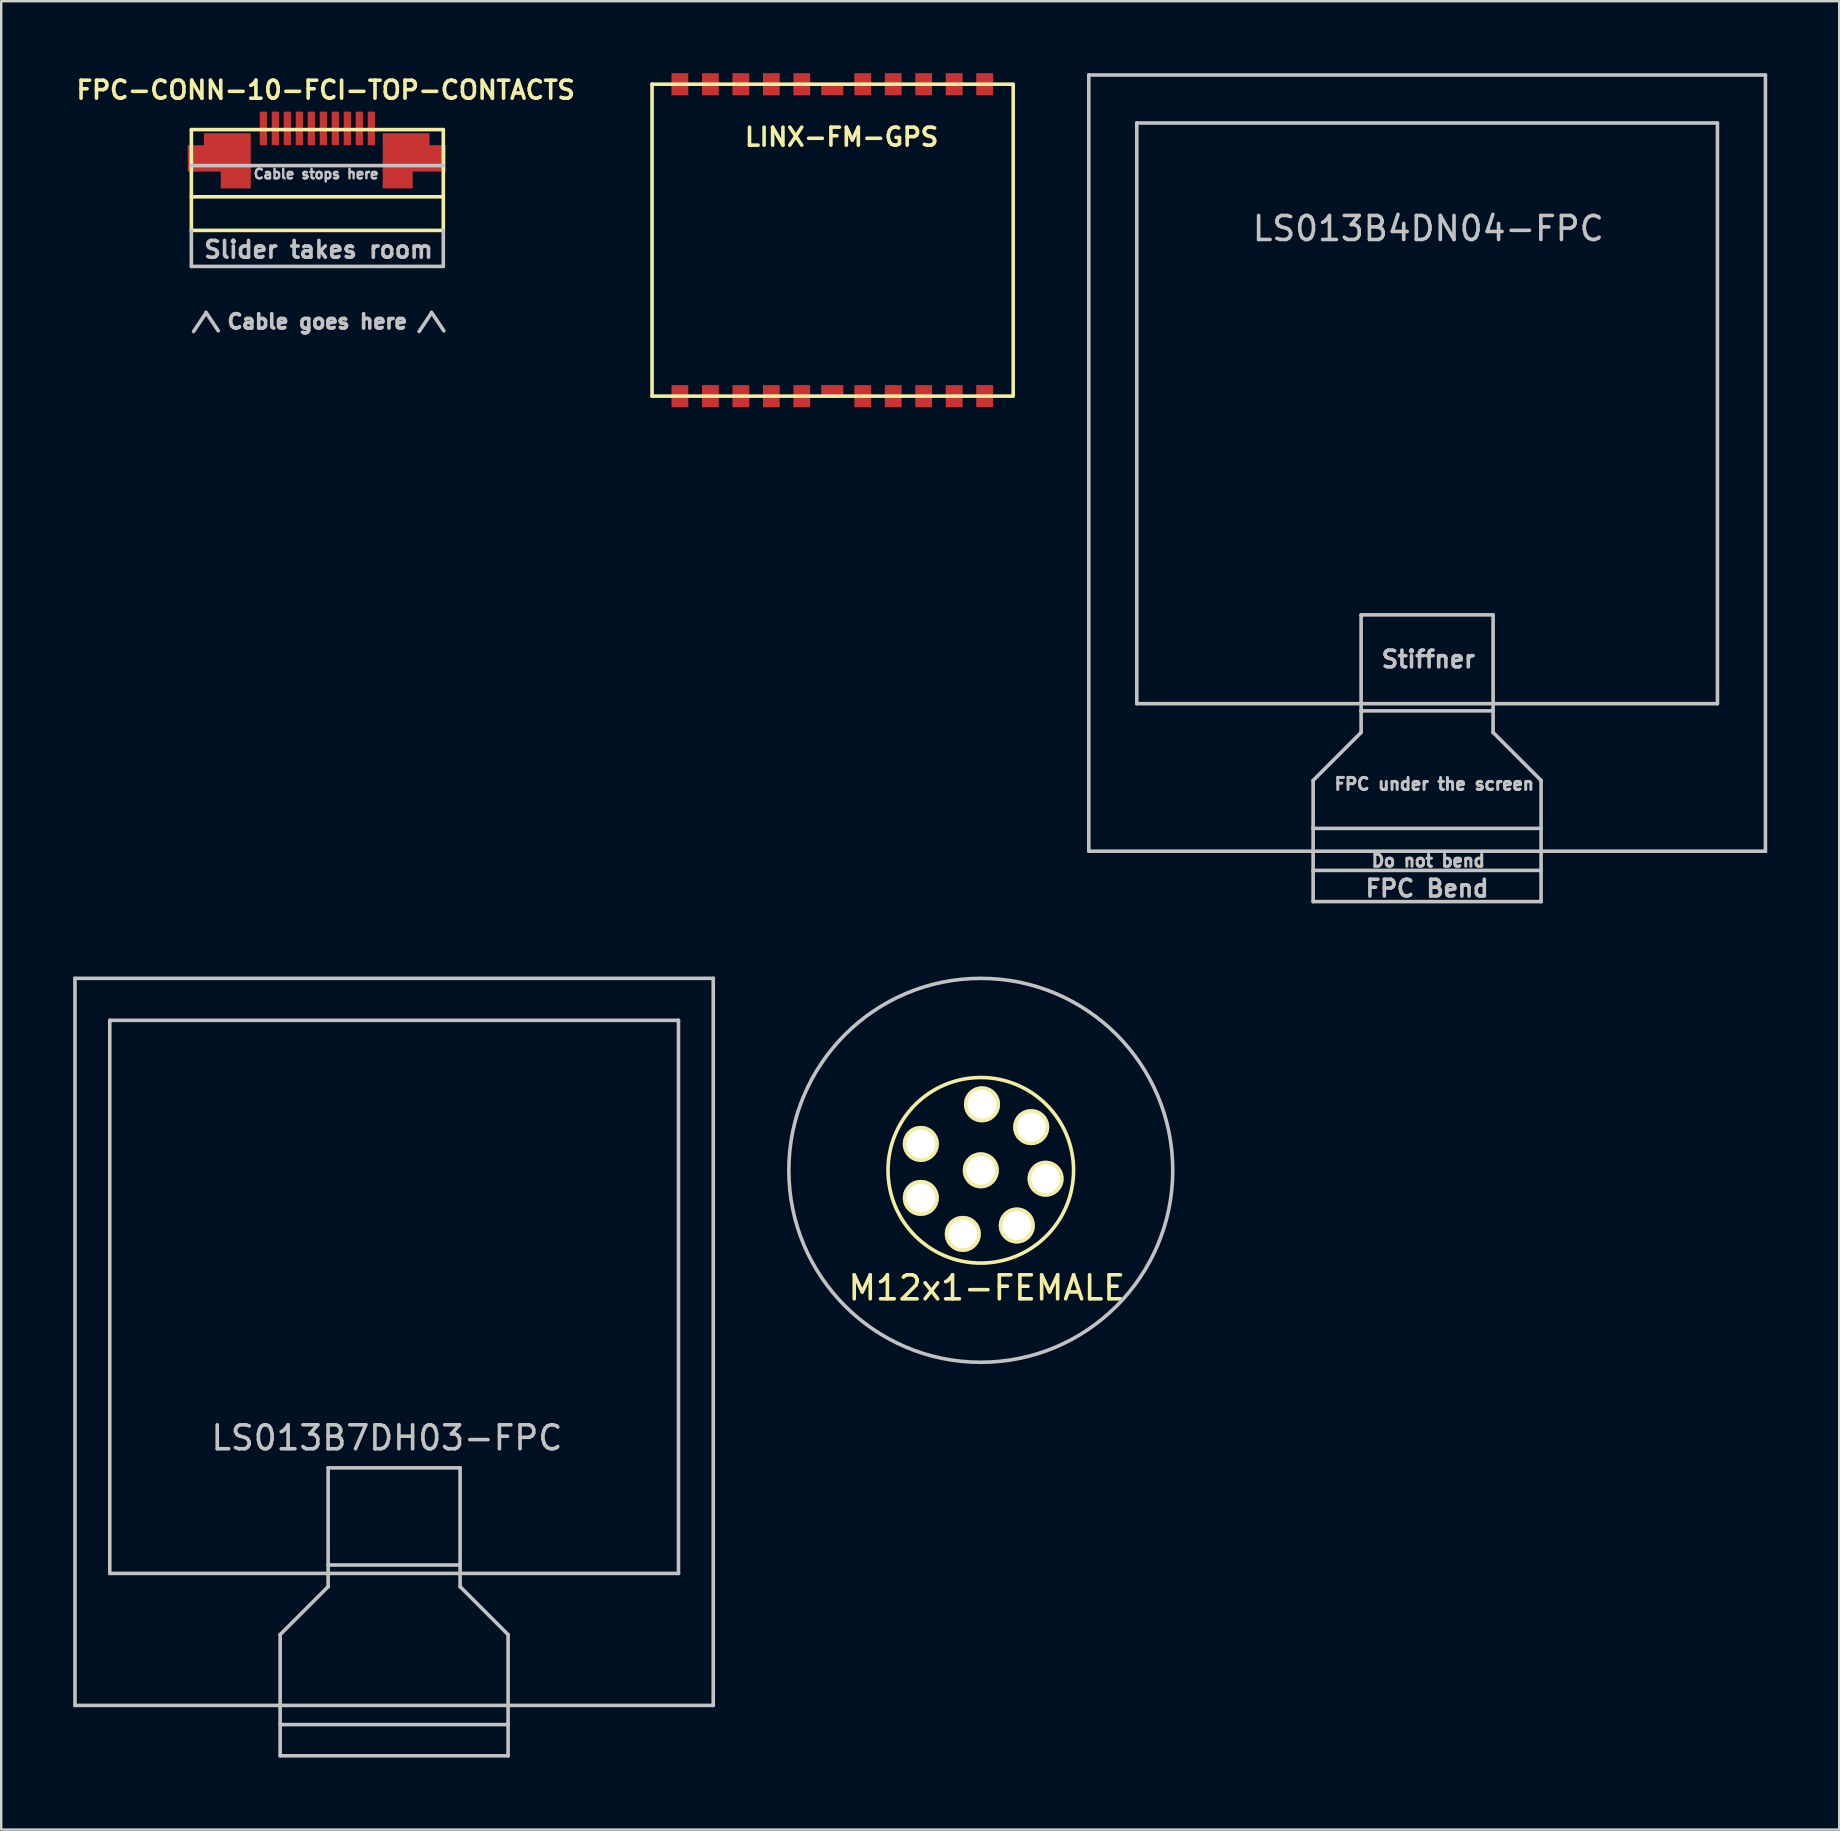
<source format=kicad_pcb>
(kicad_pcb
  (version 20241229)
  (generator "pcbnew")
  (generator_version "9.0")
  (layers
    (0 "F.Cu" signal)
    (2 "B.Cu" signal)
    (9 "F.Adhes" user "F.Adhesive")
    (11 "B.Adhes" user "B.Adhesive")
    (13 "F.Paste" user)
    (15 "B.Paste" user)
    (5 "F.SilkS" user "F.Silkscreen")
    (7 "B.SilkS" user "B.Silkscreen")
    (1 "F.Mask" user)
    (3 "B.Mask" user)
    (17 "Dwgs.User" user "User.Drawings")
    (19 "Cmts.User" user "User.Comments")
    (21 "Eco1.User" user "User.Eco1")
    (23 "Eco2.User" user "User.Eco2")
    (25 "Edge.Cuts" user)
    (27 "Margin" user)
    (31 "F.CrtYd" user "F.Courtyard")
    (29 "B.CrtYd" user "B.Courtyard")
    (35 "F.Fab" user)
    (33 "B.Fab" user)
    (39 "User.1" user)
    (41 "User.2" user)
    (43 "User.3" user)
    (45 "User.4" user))
  (footprint "M12x1-FEMALE"
    (layer "F.Cu")
    (at 37.825 45.723)
    (property "Reference" "M12x1-FEMALE" (at 0.25 4.9 0) (layer "F.SilkS") (effects (font (size 1 1) (thickness 0.15))))
    (attr through_hole)
    (fp_circle (center 0 0) (end 2.95 2.5) (stroke (width 0.15) (type solid)) (fill no) (layer "F.SilkS"))
    (fp_circle (center 0 0) (end 8 0) (stroke (width 0.15) (type solid)) (fill no) (layer "Dwgs.User"))
    (pad "1" thru_hole circle (at 0.05 -2.75) (size 1.5 1.5) (drill 1.2) (layers "*.Cu" "*.Mask" "F.SilkS"))
    (pad "2" thru_hole circle (at -2.5 -1.1) (size 1.5 1.5) (drill 1.2) (layers "*.Cu" "*.Mask" "F.SilkS"))
    (pad "3" thru_hole circle (at -2.5 1.15) (size 1.5 1.5) (drill 1.2) (layers "*.Cu" "*.Mask" "F.SilkS"))
    (pad "4" thru_hole circle (at -0.75 2.65) (size 1.5 1.5) (drill 1.2) (layers "*.Cu" "*.Mask" "F.SilkS"))
    (pad "5" thru_hole circle (at 1.5 2.3) (size 1.5 1.5) (drill 1.2) (layers "*.Cu" "*.Mask" "F.SilkS"))
    (pad "6" thru_hole circle (at 2.7 0.35) (size 1.5 1.5) (drill 1.2) (layers "*.Cu" "*.Mask" "F.SilkS"))
    (pad "7" thru_hole circle (at 2.1 -1.8) (size 1.5 1.5) (drill 1.2) (layers "*.Cu" "*.Mask" "F.SilkS"))
    (pad "8" thru_hole circle (at 0 0) (size 1.5 1.5) (drill 1.2) (layers "*.Cu" "*.Mask" "F.SilkS")))
  (footprint "LINX-FM-GPS"
    (layer "F.Cu")
    (at 31.675 6.96)
    (property "Reference" "LINX-FM-GPS" (at 0.35 -4.3 0) (layer "F.SilkS") (effects (font (size 0.75 0.75) (thickness 0.15))))
    (attr through_hole)
    (fp_line (start -7.55 -6.5) (end 7.45 -6.5) (stroke (width 0.15) (type solid)) (layer "F.SilkS"))
    (fp_line (start -7.55 6.5) (end -7.55 -6.5) (stroke (width 0.15) (type solid)) (layer "F.SilkS"))
    (fp_line (start 7.45 6.5) (end -7.55 6.5) (stroke (width 0.15) (type solid)) (layer "F.SilkS"))
    (fp_line (start 7.5 -6.5) (end 7.5 6.5) (stroke (width 0.15) (type solid)) (layer "F.SilkS"))
    (pad "1" smd rect (at 6.31 -6.5) (size 0.7 0.92) (layers "F.Cu" "F.Mask" "F.Paste"))
    (pad "2" smd rect (at 5.04 -6.5) (size 0.7 0.92) (layers "F.Cu" "F.Mask" "F.Paste"))
    (pad "3" smd rect (at 3.77 -6.5) (size 0.7 0.92) (layers "F.Cu" "F.Mask" "F.Paste"))
    (pad "4" smd rect (at 2.5 -6.5) (size 0.7 0.92) (layers "F.Cu" "F.Mask" "F.Paste"))
    (pad "5" smd rect (at 1.23 -6.5) (size 0.7 0.92) (layers "F.Cu" "F.Mask" "F.Paste"))
    (pad "6" smd rect (at -1.31 -6.5) (size 0.7 0.92) (layers "F.Cu" "F.Mask" "F.Paste"))
    (pad "7" smd rect (at -2.58 -6.5) (size 0.7 0.92) (layers "F.Cu" "F.Mask" "F.Paste"))
    (pad "8" smd rect (at -3.85 -6.5) (size 0.7 0.92) (layers "F.Cu" "F.Mask" "F.Paste"))
    (pad "9" smd rect (at -5.12 -6.5) (size 0.7 0.92) (layers "F.Cu" "F.Mask" "F.Paste"))
    (pad "10" smd rect (at -6.39 -6.5) (size 0.7 0.92) (layers "F.Cu" "F.Mask" "F.Paste"))
    (pad "11" smd rect (at -6.39 6.5) (size 0.7 0.92) (layers "F.Cu" "F.Mask" "F.Paste"))
    (pad "12" smd rect (at -5.12 6.5) (size 0.7 0.92) (layers "F.Cu" "F.Mask" "F.Paste"))
    (pad "13" smd rect (at -3.85 6.5) (size 0.7 0.92) (layers "F.Cu" "F.Mask" "F.Paste"))
    (pad "14" smd rect (at -2.58 6.5) (size 0.7 0.92) (layers "F.Cu" "F.Mask" "F.Paste"))
    (pad "15" smd rect (at -1.31 6.5) (size 0.7 0.92) (layers "F.Cu" "F.Mask" "F.Paste"))
    (pad "16" smd rect (at 1.23 6.5) (size 0.7 0.92) (layers "F.Cu" "F.Mask" "F.Paste"))
    (pad "17" smd rect (at 2.5 6.5) (size 0.7 0.92) (layers "F.Cu" "F.Mask" "F.Paste"))
    (pad "18" smd rect (at 3.77 6.5) (size 0.7 0.92) (layers "F.Cu" "F.Mask" "F.Paste"))
    (pad "19" smd rect (at 5.04 6.5) (size 0.7 0.92) (layers "F.Cu" "F.Mask" "F.Paste"))
    (pad "20" smd rect (at 6.31 6.5) (size 0.7 0.92) (layers "F.Cu" "F.Mask" "F.Paste"))
    (pad "21" smd rect (at -0.04 -6.297) (size 0.92 0.5) (layers "F.Cu" "F.Mask" "F.Paste"))
    (pad "22" smd rect (at -0.04 6.289) (size 0.92 0.5) (layers "F.Cu" "F.Mask" "F.Paste")))
  (footprint "FPC-CONN-10-FCI-TOP-CONTACTS"
    (layer "F.Cu")
    (at 7.925 2.302)
    (property "Reference" "FPC-CONN-10-FCI-TOP-CONTACTS" (at 2.6 -1.6 0) (layer "F.SilkS") (effects (font (size 0.75 0.75) (thickness 0.15))))
    (attr through_hole)
    (fp_line (start -3 0.05) (end -3 4.25) (stroke (width 0.15) (type solid)) (layer "F.SilkS"))
    (fp_line (start -3 0.05) (end 7.5 0.05) (stroke (width 0.15) (type solid)) (layer "F.SilkS"))
    (fp_line (start -3 4.25) (end 7.5 4.25) (stroke (width 0.15) (type solid)) (layer "F.SilkS"))
    (fp_line (start 7.5 0.05) (end 7.5 4.25) (stroke (width 0.15) (type solid)) (layer "F.SilkS"))
    (fp_line (start 7.5 2.85) (end -3 2.85) (stroke (width 0.15) (type solid)) (layer "F.SilkS"))
    (fp_line (start -3 4.25) (end -3 5.75) (stroke (width 0.15) (type solid)) (layer "Dwgs.User"))
    (fp_line (start -3 5.75) (end 7.5 5.75) (stroke (width 0.15) (type solid)) (layer "Dwgs.User"))
    (fp_line (start 7.5 1.55) (end -3 1.55) (stroke (width 0.15) (type solid)) (layer "Dwgs.User"))
    (fp_line (start 7.5 5.75) (end 7.5 4.25) (stroke (width 0.15) (type solid)) (layer "Dwgs.User"))
    (fp_text user "/\\ Cable goes here /\\" (at 2.25 8.05 0) (layer "Dwgs.User") (effects (font (size 0.6 0.6) (thickness 0.15))))
    (fp_text user "Slider takes room" (at 2.3 5.05 0) (layer "Dwgs.User") (effects (font (size 0.7 0.7) (thickness 0.15))))
    (fp_text user "Cable stops here" (at 2.2 1.9 0) (layer "Dwgs.User") (effects (font (size 0.4 0.4) (thickness 0.1))))
    (pad "1" smd rect (at 0 0) (size 0.3 1.4) (layers "F.Cu" "F.Mask" "F.Paste"))
    (pad "2" smd rect (at 0.5 0) (size 0.3 1.4) (layers "F.Cu" "F.Mask" "F.Paste"))
    (pad "3" smd rect (at 1 0) (size 0.3 1.4) (layers "F.Cu" "F.Mask" "F.Paste"))
    (pad "4" smd rect (at 1.5 0) (size 0.3 1.4) (layers "F.Cu" "F.Mask" "F.Paste"))
    (pad "5" smd rect (at 2 0) (size 0.3 1.4) (layers "F.Cu" "F.Mask" "F.Paste"))
    (pad "6" smd rect (at 2.5 0) (size 0.3 1.4) (layers "F.Cu" "F.Mask" "F.Paste"))
    (pad "7" smd rect (at 3 0) (size 0.3 1.4) (layers "F.Cu" "F.Mask" "F.Paste"))
    (pad "8" smd rect (at 3.5 0) (size 0.3 1.4) (layers "F.Cu" "F.Mask" "F.Paste"))
    (pad "9" smd rect (at 4 0) (size 0.3 1.4) (layers "F.Cu" "F.Mask" "F.Paste"))
    (pad "10" smd rect (at 4.5 0) (size 0.3 1.4) (layers "F.Cu" "F.Mask" "F.Paste"))
    (pad "~" smd rect (at -2.8 1.25) (size 0.7 1.1) (layers "F.Cu" "F.Mask" "F.Paste"))
    (pad "~" smd rect (at -1.5 1) (size 1.95 1.6) (layers "F.Cu" "F.Mask" "F.Paste"))
    (pad "~" smd rect (at -1.15 2.1) (size 1.25 0.8) (layers "F.Cu" "F.Mask" "F.Paste"))
    (pad "~" smd rect (at 5.6 2.1) (size 1.25 0.8) (layers "F.Cu" "F.Mask" "F.Paste"))
    (pad "~" smd rect (at 5.95 1) (size 1.95 1.6) (layers "F.Cu" "F.Mask" "F.Paste"))
    (pad "~" smd rect (at 7.25 1.25) (size 0.7 1.1) (layers "F.Cu" "F.Mask" "F.Paste")))
  (footprint "LS013B7DH03-FPC"
    (layer "F.Cu")
    (at 13.375 68.023)
    (property "Reference" "LS013B7DH03-FPC" (at -0.3 -11.15 0) (layer "Dwgs.User") (effects (font (size 1 1) (thickness 0.15))))
    (attr through_hole)
    (fp_line (start -13.3 0) (end -13.3 -30.3) (stroke (width 0.15) (type solid)) (layer "Dwgs.User"))
    (fp_line (start -13.3 0) (end 13.3 0) (stroke (width 0.15) (type solid)) (layer "Dwgs.User"))
    (fp_line (start -11.85 -28.55) (end -11.85 -5.5) (stroke (width 0.15) (type solid)) (layer "Dwgs.User"))
    (fp_line (start -11.85 -28.55) (end 11.85 -28.55) (stroke (width 0.15) (type solid)) (layer "Dwgs.User"))
    (fp_line (start -4.75 0) (end -4.75 -2.95) (stroke (width 0.15) (type solid)) (layer "Dwgs.User"))
    (fp_line (start -4.75 2.1) (end -4.75 0) (stroke (width 0.15) (type solid)) (layer "Dwgs.User"))
    (fp_line (start -2.75 -9.9) (end -2.75 -4.95) (stroke (width 0.15) (type solid)) (layer "Dwgs.User"))
    (fp_line (start -2.75 -4.95) (end -4.75 -2.95) (stroke (width 0.15) (type solid)) (layer "Dwgs.User"))
    (fp_line (start 2.75 -9.9) (end -2.75 -9.9) (stroke (width 0.15) (type solid)) (layer "Dwgs.User"))
    (fp_line (start 2.75 -5.85) (end -2.75 -5.85) (stroke (width 0.15) (type solid)) (layer "Dwgs.User"))
    (fp_line (start 2.75 -4.95) (end 2.75 -9.9) (stroke (width 0.15) (type solid)) (layer "Dwgs.User"))
    (fp_line (start 2.75 -4.95) (end 4.75 -2.95) (stroke (width 0.15) (type solid)) (layer "Dwgs.User"))
    (fp_line (start 4.75 0) (end 4.75 -2.95) (stroke (width 0.15) (type solid)) (layer "Dwgs.User"))
    (fp_line (start 4.75 0) (end 4.75 2.1) (stroke (width 0.15) (type solid)) (layer "Dwgs.User"))
    (fp_line (start 4.75 0.8) (end -4.75 0.8) (stroke (width 0.15) (type solid)) (layer "Dwgs.User"))
    (fp_line (start 4.75 2.1) (end -4.75 2.1) (stroke (width 0.15) (type solid)) (layer "Dwgs.User"))
    (fp_line (start 11.85 -5.5) (end -11.85 -5.5) (stroke (width 0.15) (type solid)) (layer "Dwgs.User"))
    (fp_line (start 11.85 -5.5) (end 11.85 -28.55) (stroke (width 0.15) (type solid)) (layer "Dwgs.User"))
    (fp_line (start 13.3 -30.3) (end -13.3 -30.3) (stroke (width 0.15) (type solid)) (layer "Dwgs.User"))
    (fp_line (start 13.3 -30.3) (end 13.3 0) (stroke (width 0.15) (type solid)) (layer "Dwgs.User")))
  (footprint "LS013B4DN04-FPC"
    (layer "F.Cu")
    (at 56.425 32.425)
    (property "Reference" "LS013B4DN04-FPC" (at 0.05 -25.95 0) (layer "Dwgs.User") (effects (font (size 1 1) (thickness 0.15))))
    (attr through_hole)
    (fp_line (start -14.1 0) (end -14.1 -32.35) (stroke (width 0.15) (type solid)) (layer "Dwgs.User"))
    (fp_line (start -12.1 -30.35) (end -12.1 -6.15) (stroke (width 0.15) (type solid)) (layer "Dwgs.User"))
    (fp_line (start -12.1 -6.15) (end 12.1 -6.15) (stroke (width 0.15) (type solid)) (layer "Dwgs.User"))
    (fp_line (start -4.75 -2.95) (end -2.75 -4.95) (stroke (width 0.15) (type solid)) (layer "Dwgs.User"))
    (fp_line (start -4.75 -0.95) (end -4.75 -2.95) (stroke (width 0.15) (type solid)) (layer "Dwgs.User"))
    (fp_line (start -4.75 -0.95) (end -4.75 0) (stroke (width 0.15) (type solid)) (layer "Dwgs.User"))
    (fp_line (start -4.75 0.8) (end -4.75 0) (stroke (width 0.15) (type solid)) (layer "Dwgs.User"))
    (fp_line (start -4.75 2.1) (end -4.75 0.8) (stroke (width 0.15) (type solid)) (layer "Dwgs.User"))
    (fp_line (start -2.75 -9.85) (end -2.75 -5.85) (stroke (width 0.15) (type solid)) (layer "Dwgs.User"))
    (fp_line (start -2.75 -9.85) (end 2.75 -9.85) (stroke (width 0.15) (type solid)) (layer "Dwgs.User"))
    (fp_line (start -2.75 -4.95) (end -2.75 -5.85) (stroke (width 0.15) (type solid)) (layer "Dwgs.User"))
    (fp_line (start 2.75 -5.85) (end -2.75 -5.85) (stroke (width 0.15) (type solid)) (layer "Dwgs.User"))
    (fp_line (start 2.75 -5.85) (end 2.75 -9.85) (stroke (width 0.15) (type solid)) (layer "Dwgs.User"))
    (fp_line (start 2.75 -5.85) (end 2.75 -4.95) (stroke (width 0.15) (type solid)) (layer "Dwgs.User"))
    (fp_line (start 4.75 -2.95) (end 2.75 -4.95) (stroke (width 0.15) (type solid)) (layer "Dwgs.User"))
    (fp_line (start 4.75 -0.95) (end -4.75 -0.95) (stroke (width 0.15) (type solid)) (layer "Dwgs.User"))
    (fp_line (start 4.75 -0.95) (end 4.75 -2.95) (stroke (width 0.15) (type solid)) (layer "Dwgs.User"))
    (fp_line (start 4.75 -0.95) (end 4.75 0) (stroke (width 0.15) (type solid)) (layer "Dwgs.User"))
    (fp_line (start 4.75 0) (end 4.75 0.8) (stroke (width 0.15) (type solid)) (layer "Dwgs.User"))
    (fp_line (start 4.75 0.8) (end -4.75 0.8) (stroke (width 0.15) (type solid)) (layer "Dwgs.User"))
    (fp_line (start 4.75 0.8) (end 4.75 2.1) (stroke (width 0.15) (type solid)) (layer "Dwgs.User"))
    (fp_line (start 4.75 2.1) (end -4.75 2.1) (stroke (width 0.15) (type solid)) (layer "Dwgs.User"))
    (fp_line (start 12.1 -30.35) (end -12.1 -30.35) (stroke (width 0.15) (type solid)) (layer "Dwgs.User"))
    (fp_line (start 12.1 -6.15) (end 12.1 -30.35) (stroke (width 0.15) (type solid)) (layer "Dwgs.User"))
    (fp_line (start 14.1 -32.35) (end -14.1 -32.35) (stroke (width 0.15) (type solid)) (layer "Dwgs.User"))
    (fp_line (start 14.1 -32.35) (end 14.1 0) (stroke (width 0.15) (type solid)) (layer "Dwgs.User"))
    (fp_line (start 14.1 0) (end -14.1 0) (stroke (width 0.15) (type solid)) (layer "Dwgs.User"))
    (fp_text user "FPC Bend" (at 0 1.55 0) (layer "Dwgs.User") (effects (font (size 0.7 0.7) (thickness 0.15))))
    (fp_text user "Stiffner" (at 0.05 -8 0) (layer "Dwgs.User") (effects (font (size 0.7 0.7) (thickness 0.15))))
    (fp_text user "FPC under the screen" (at 0.3 -2.8 0) (layer "Dwgs.User") (effects (font (size 0.5 0.5) (thickness 0.125))))
    (fp_text user "Do not bend" (at 0.05 0.4 0) (layer "Dwgs.User") (effects (font (size 0.5 0.5) (thickness 0.125)))))
  (gr_rect
    (start -3 -3)
    (end 73.6 73.198)
    (stroke (width 0.1) (type default))
    (fill no)
    (layer "Edge.Cuts")))
</source>
